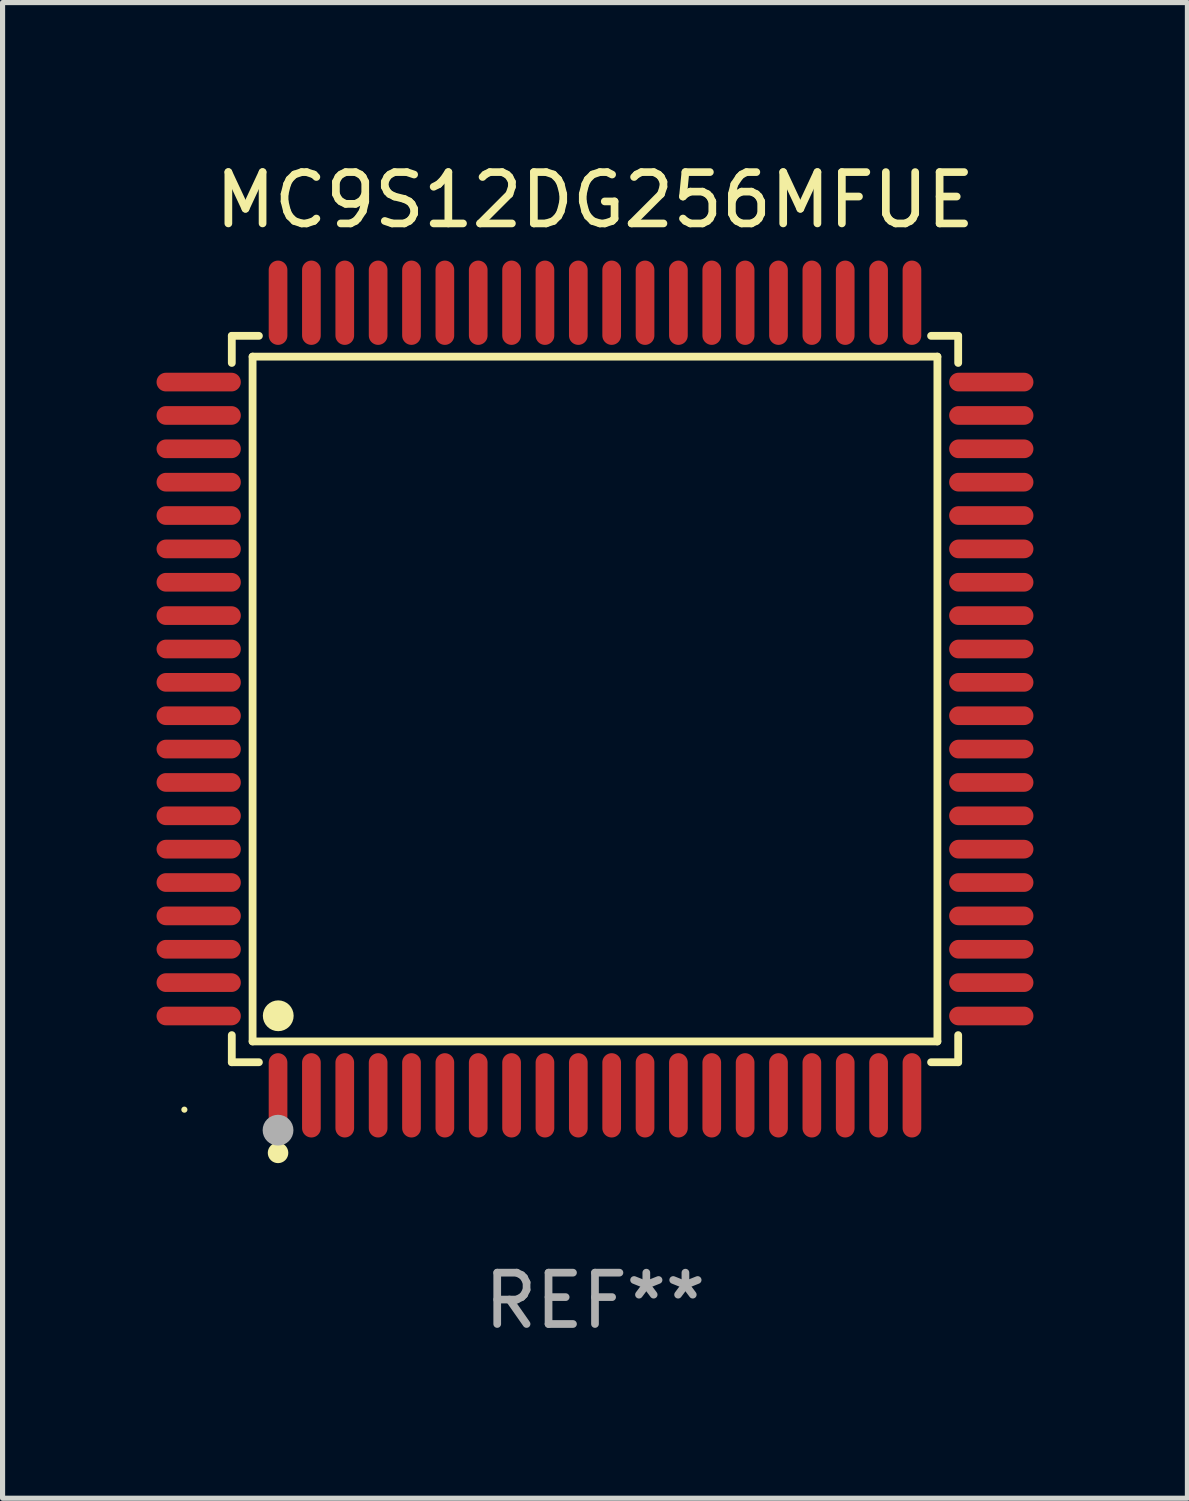
<source format=kicad_pcb>
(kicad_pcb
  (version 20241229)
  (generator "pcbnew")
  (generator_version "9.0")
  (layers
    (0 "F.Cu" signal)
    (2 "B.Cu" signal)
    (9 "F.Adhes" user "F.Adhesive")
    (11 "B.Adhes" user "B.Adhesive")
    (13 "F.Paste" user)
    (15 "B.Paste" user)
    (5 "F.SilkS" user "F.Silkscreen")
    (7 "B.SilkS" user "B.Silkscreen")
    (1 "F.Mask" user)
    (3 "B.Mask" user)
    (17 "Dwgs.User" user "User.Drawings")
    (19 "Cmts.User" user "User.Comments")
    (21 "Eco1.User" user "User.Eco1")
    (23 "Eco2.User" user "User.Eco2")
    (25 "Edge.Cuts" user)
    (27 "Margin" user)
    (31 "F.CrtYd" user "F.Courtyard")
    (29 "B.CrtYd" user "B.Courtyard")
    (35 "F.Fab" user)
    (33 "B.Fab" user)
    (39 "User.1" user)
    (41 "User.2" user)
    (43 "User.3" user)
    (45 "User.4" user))
  (footprint "MC9S12DG256MFUE"
    (layer "F.Cu")
    (at 8.542 10.569)
    (property "Reference" "MC9S12DG256MFUE" (at 0 -9.721 0) (layer "F.SilkS") (effects (font (size 1 1) (thickness 0.15))))
    (attr through_hole)
    (fp_line (start -7.076 -7.076) (end -6.548 -7.076) (stroke (width 0.152) (type solid)) (layer "F.SilkS"))
    (fp_line (start -7.076 -6.548) (end -7.076 -7.076) (stroke (width 0.152) (type solid)) (layer "F.SilkS"))
    (fp_line (start -7.076 6.548) (end -7.076 7.076) (stroke (width 0.152) (type solid)) (layer "F.SilkS"))
    (fp_line (start -7.076 7.076) (end -6.548 7.076) (stroke (width 0.152) (type solid)) (layer "F.SilkS"))
    (fp_line (start -6.671 -6.671) (end 6.671 -6.671) (stroke (width 0.152) (type solid)) (layer "F.SilkS"))
    (fp_line (start -6.671 6.671) (end -6.671 -6.671) (stroke (width 0.152) (type solid)) (layer "F.SilkS"))
    (fp_line (start 6.671 -6.671) (end 6.671 6.671) (stroke (width 0.152) (type solid)) (layer "F.SilkS"))
    (fp_line (start 6.671 6.671) (end -6.671 6.671) (stroke (width 0.152) (type solid)) (layer "F.SilkS"))
    (fp_line (start 7.076 -7.076) (end 6.548 -7.076) (stroke (width 0.152) (type solid)) (layer "F.SilkS"))
    (fp_line (start 7.076 -6.548) (end 7.076 -7.076) (stroke (width 0.152) (type solid)) (layer "F.SilkS"))
    (fp_line (start 7.076 6.548) (end 7.076 7.076) (stroke (width 0.152) (type solid)) (layer "F.SilkS"))
    (fp_line (start 7.076 7.076) (end 6.548 7.076) (stroke (width 0.152) (type solid)) (layer "F.SilkS"))
    (fp_circle (center -8 8) (end -7.97 8) (stroke (width 0.06) (type solid)) (fill no) (layer "F.SilkS"))
    (fp_circle (center -6.175 8.842) (end -6.075 8.842) (stroke (width 0.2) (type solid)) (fill no) (layer "F.SilkS"))
    (fp_circle (center -6.171 6.171) (end -6.021 6.171) (stroke (width 0.3) (type solid)) (fill no) (layer "F.SilkS"))
    (fp_circle (center -6.175 8.4) (end -6.025 8.4) (stroke (width 0.3) (type solid)) (fill no) (layer "F.Fab"))
    (fp_text user "REF**" (at 0 11.721 0) (layer "F.Fab") (effects (font (size 1 1) (thickness 0.15))))
    (pad "1" smd oval (at -6.175 7.721) (size 0.364 1.642) (layers "F.Cu" "F.Mask" "F.Paste"))
    (pad "2" smd oval (at -5.525 7.721) (size 0.364 1.642) (layers "F.Cu" "F.Mask" "F.Paste"))
    (pad "3" smd oval (at -4.875 7.721) (size 0.364 1.642) (layers "F.Cu" "F.Mask" "F.Paste"))
    (pad "4" smd oval (at -4.225 7.721) (size 0.364 1.642) (layers "F.Cu" "F.Mask" "F.Paste"))
    (pad "5" smd oval (at -3.575 7.721) (size 0.364 1.642) (layers "F.Cu" "F.Mask" "F.Paste"))
    (pad "6" smd oval (at -2.925 7.721) (size 0.364 1.642) (layers "F.Cu" "F.Mask" "F.Paste"))
    (pad "7" smd oval (at -2.275 7.721) (size 0.364 1.642) (layers "F.Cu" "F.Mask" "F.Paste"))
    (pad "8" smd oval (at -1.625 7.721) (size 0.364 1.642) (layers "F.Cu" "F.Mask" "F.Paste"))
    (pad "9" smd oval (at -0.975 7.721) (size 0.364 1.642) (layers "F.Cu" "F.Mask" "F.Paste"))
    (pad "10" smd oval (at -0.325 7.721) (size 0.364 1.642) (layers "F.Cu" "F.Mask" "F.Paste"))
    (pad "11" smd oval (at 0.325 7.721) (size 0.364 1.642) (layers "F.Cu" "F.Mask" "F.Paste"))
    (pad "12" smd oval (at 0.975 7.721) (size 0.364 1.642) (layers "F.Cu" "F.Mask" "F.Paste"))
    (pad "13" smd oval (at 1.625 7.721) (size 0.364 1.642) (layers "F.Cu" "F.Mask" "F.Paste"))
    (pad "14" smd oval (at 2.275 7.721) (size 0.364 1.642) (layers "F.Cu" "F.Mask" "F.Paste"))
    (pad "15" smd oval (at 2.925 7.721) (size 0.364 1.642) (layers "F.Cu" "F.Mask" "F.Paste"))
    (pad "16" smd oval (at 3.575 7.721) (size 0.364 1.642) (layers "F.Cu" "F.Mask" "F.Paste"))
    (pad "17" smd oval (at 4.225 7.721) (size 0.364 1.642) (layers "F.Cu" "F.Mask" "F.Paste"))
    (pad "18" smd oval (at 4.875 7.721) (size 0.364 1.642) (layers "F.Cu" "F.Mask" "F.Paste"))
    (pad "19" smd oval (at 5.525 7.721) (size 0.364 1.642) (layers "F.Cu" "F.Mask" "F.Paste"))
    (pad "20" smd oval (at 6.175 7.721) (size 0.364 1.642) (layers "F.Cu" "F.Mask" "F.Paste"))
    (pad "21" smd oval (at 7.721 6.175) (size 1.642 0.364) (layers "F.Cu" "F.Mask" "F.Paste"))
    (pad "22" smd oval (at 7.721 5.525) (size 1.642 0.364) (layers "F.Cu" "F.Mask" "F.Paste"))
    (pad "23" smd oval (at 7.721 4.875) (size 1.642 0.364) (layers "F.Cu" "F.Mask" "F.Paste"))
    (pad "24" smd oval (at 7.721 4.225) (size 1.642 0.364) (layers "F.Cu" "F.Mask" "F.Paste"))
    (pad "25" smd oval (at 7.721 3.575) (size 1.642 0.364) (layers "F.Cu" "F.Mask" "F.Paste"))
    (pad "26" smd oval (at 7.721 2.925) (size 1.642 0.364) (layers "F.Cu" "F.Mask" "F.Paste"))
    (pad "27" smd oval (at 7.721 2.275) (size 1.642 0.364) (layers "F.Cu" "F.Mask" "F.Paste"))
    (pad "28" smd oval (at 7.721 1.625) (size 1.642 0.364) (layers "F.Cu" "F.Mask" "F.Paste"))
    (pad "29" smd oval (at 7.721 0.975) (size 1.642 0.364) (layers "F.Cu" "F.Mask" "F.Paste"))
    (pad "30" smd oval (at 7.721 0.325) (size 1.642 0.364) (layers "F.Cu" "F.Mask" "F.Paste"))
    (pad "31" smd oval (at 7.721 -0.325) (size 1.642 0.364) (layers "F.Cu" "F.Mask" "F.Paste"))
    (pad "32" smd oval (at 7.721 -0.975) (size 1.642 0.364) (layers "F.Cu" "F.Mask" "F.Paste"))
    (pad "33" smd oval (at 7.721 -1.625) (size 1.642 0.364) (layers "F.Cu" "F.Mask" "F.Paste"))
    (pad "34" smd oval (at 7.721 -2.275) (size 1.642 0.364) (layers "F.Cu" "F.Mask" "F.Paste"))
    (pad "35" smd oval (at 7.721 -2.925) (size 1.642 0.364) (layers "F.Cu" "F.Mask" "F.Paste"))
    (pad "36" smd oval (at 7.721 -3.575) (size 1.642 0.364) (layers "F.Cu" "F.Mask" "F.Paste"))
    (pad "37" smd oval (at 7.721 -4.225) (size 1.642 0.364) (layers "F.Cu" "F.Mask" "F.Paste"))
    (pad "38" smd oval (at 7.721 -4.875) (size 1.642 0.364) (layers "F.Cu" "F.Mask" "F.Paste"))
    (pad "39" smd oval (at 7.721 -5.525) (size 1.642 0.364) (layers "F.Cu" "F.Mask" "F.Paste"))
    (pad "40" smd oval (at 7.721 -6.175) (size 1.642 0.364) (layers "F.Cu" "F.Mask" "F.Paste"))
    (pad "41" smd oval (at 6.175 -7.721) (size 0.364 1.642) (layers "F.Cu" "F.Mask" "F.Paste"))
    (pad "42" smd oval (at 5.525 -7.721) (size 0.364 1.642) (layers "F.Cu" "F.Mask" "F.Paste"))
    (pad "43" smd oval (at 4.875 -7.721) (size 0.364 1.642) (layers "F.Cu" "F.Mask" "F.Paste"))
    (pad "44" smd oval (at 4.225 -7.721) (size 0.364 1.642) (layers "F.Cu" "F.Mask" "F.Paste"))
    (pad "45" smd oval (at 3.575 -7.721) (size 0.364 1.642) (layers "F.Cu" "F.Mask" "F.Paste"))
    (pad "46" smd oval (at 2.925 -7.721) (size 0.364 1.642) (layers "F.Cu" "F.Mask" "F.Paste"))
    (pad "47" smd oval (at 2.275 -7.721) (size 0.364 1.642) (layers "F.Cu" "F.Mask" "F.Paste"))
    (pad "48" smd oval (at 1.625 -7.721) (size 0.364 1.642) (layers "F.Cu" "F.Mask" "F.Paste"))
    (pad "49" smd oval (at 0.975 -7.721) (size 0.364 1.642) (layers "F.Cu" "F.Mask" "F.Paste"))
    (pad "50" smd oval (at 0.325 -7.721) (size 0.364 1.642) (layers "F.Cu" "F.Mask" "F.Paste"))
    (pad "51" smd oval (at -0.325 -7.721) (size 0.364 1.642) (layers "F.Cu" "F.Mask" "F.Paste"))
    (pad "52" smd oval (at -0.975 -7.721) (size 0.364 1.642) (layers "F.Cu" "F.Mask" "F.Paste"))
    (pad "53" smd oval (at -1.625 -7.721) (size 0.364 1.642) (layers "F.Cu" "F.Mask" "F.Paste"))
    (pad "54" smd oval (at -2.275 -7.721) (size 0.364 1.642) (layers "F.Cu" "F.Mask" "F.Paste"))
    (pad "55" smd oval (at -2.925 -7.721) (size 0.364 1.642) (layers "F.Cu" "F.Mask" "F.Paste"))
    (pad "56" smd oval (at -3.575 -7.721) (size 0.364 1.642) (layers "F.Cu" "F.Mask" "F.Paste"))
    (pad "57" smd oval (at -4.225 -7.721) (size 0.364 1.642) (layers "F.Cu" "F.Mask" "F.Paste"))
    (pad "58" smd oval (at -4.875 -7.721) (size 0.364 1.642) (layers "F.Cu" "F.Mask" "F.Paste"))
    (pad "59" smd oval (at -5.525 -7.721) (size 0.364 1.642) (layers "F.Cu" "F.Mask" "F.Paste"))
    (pad "60" smd oval (at -6.175 -7.721) (size 0.364 1.642) (layers "F.Cu" "F.Mask" "F.Paste"))
    (pad "61" smd oval (at -7.721 -6.175) (size 1.642 0.364) (layers "F.Cu" "F.Mask" "F.Paste"))
    (pad "62" smd oval (at -7.721 -5.525) (size 1.642 0.364) (layers "F.Cu" "F.Mask" "F.Paste"))
    (pad "63" smd oval (at -7.721 -4.875) (size 1.642 0.364) (layers "F.Cu" "F.Mask" "F.Paste"))
    (pad "64" smd oval (at -7.721 -4.225) (size 1.642 0.364) (layers "F.Cu" "F.Mask" "F.Paste"))
    (pad "65" smd oval (at -7.721 -3.575) (size 1.642 0.364) (layers "F.Cu" "F.Mask" "F.Paste"))
    (pad "66" smd oval (at -7.721 -2.925) (size 1.642 0.364) (layers "F.Cu" "F.Mask" "F.Paste"))
    (pad "67" smd oval (at -7.721 -2.275) (size 1.642 0.364) (layers "F.Cu" "F.Mask" "F.Paste"))
    (pad "68" smd oval (at -7.721 -1.625) (size 1.642 0.364) (layers "F.Cu" "F.Mask" "F.Paste"))
    (pad "69" smd oval (at -7.721 -0.975) (size 1.642 0.364) (layers "F.Cu" "F.Mask" "F.Paste"))
    (pad "70" smd oval (at -7.721 -0.325) (size 1.642 0.364) (layers "F.Cu" "F.Mask" "F.Paste"))
    (pad "71" smd oval (at -7.721 0.325) (size 1.642 0.364) (layers "F.Cu" "F.Mask" "F.Paste"))
    (pad "72" smd oval (at -7.721 0.975) (size 1.642 0.364) (layers "F.Cu" "F.Mask" "F.Paste"))
    (pad "73" smd oval (at -7.721 1.625) (size 1.642 0.364) (layers "F.Cu" "F.Mask" "F.Paste"))
    (pad "74" smd oval (at -7.721 2.275) (size 1.642 0.364) (layers "F.Cu" "F.Mask" "F.Paste"))
    (pad "75" smd oval (at -7.721 2.925) (size 1.642 0.364) (layers "F.Cu" "F.Mask" "F.Paste"))
    (pad "76" smd oval (at -7.721 3.575) (size 1.642 0.364) (layers "F.Cu" "F.Mask" "F.Paste"))
    (pad "77" smd oval (at -7.721 4.225) (size 1.642 0.364) (layers "F.Cu" "F.Mask" "F.Paste"))
    (pad "78" smd oval (at -7.721 4.875) (size 1.642 0.364) (layers "F.Cu" "F.Mask" "F.Paste"))
    (pad "79" smd oval (at -7.721 5.525) (size 1.642 0.364) (layers "F.Cu" "F.Mask" "F.Paste"))
    (pad "80" smd oval (at -7.721 6.175) (size 1.642 0.364) (layers "F.Cu" "F.Mask" "F.Paste")))
  (gr_rect
    (start -3 -3)
    (end 20.084 26.139)
    (stroke (width 0.1) (type default))
    (fill no)
    (layer "Edge.Cuts")))
</source>
